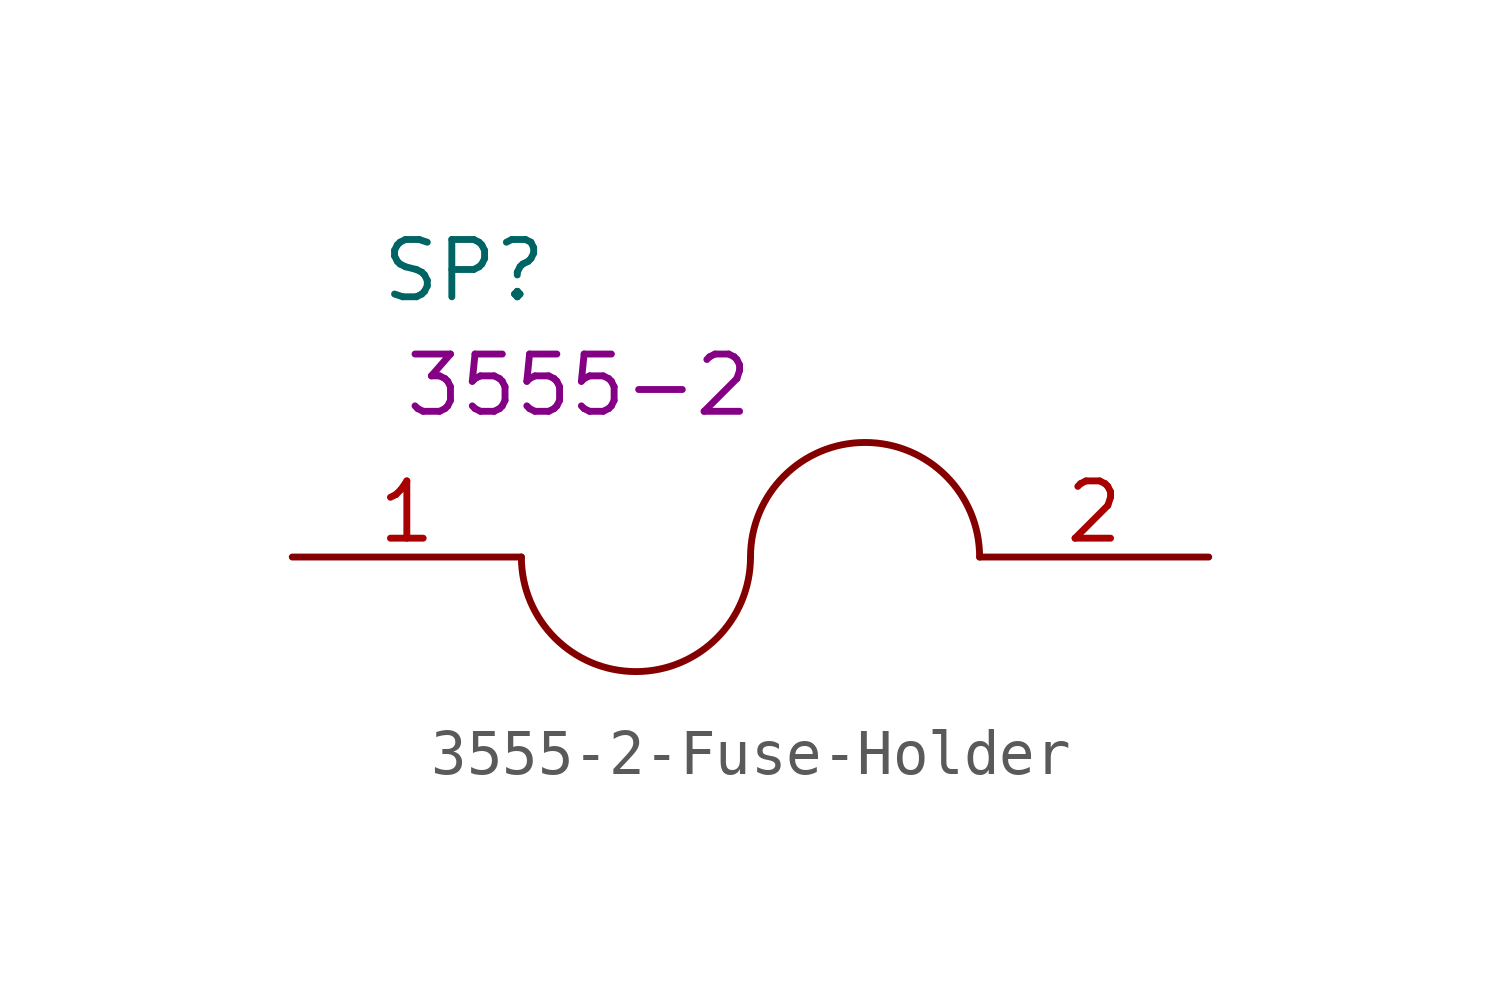
<source format=kicad_sym>
(kicad_symbol_lib
  (version 20241209)
  (generator "kicad_symbol_editor")
  (generator_version "9.0")
  (symbol "3555-2-Fuse-Holder"
    (pin_names
      (offset 1.016))
    (property "Reference" "SP"
      (at -6.35 6.35 0)
      (effects (font (size 1.27 1.27))))
    (property "_Value_" "3555-2"
      (at -3.81 3.81 0)
      (effects (font (size 1.27 1.27))))
    (symbol "3555-2-Fuse-Holder_0_1"
      (arc (start 0 0) (mid -2.54 -2.54) (end -5.08 0) (stroke (width 0) (type solid)) (fill (type none)))
      (arc (start 0 0) (mid 2.54 2.54) (end 5.08 0) (stroke (width 0) (type solid)) (fill (type none))))
    (symbol "3555-2-Fuse-Holder_1_1"
      (pin passive line (at -10.16 0 0) (length 5.08) (name "~" (effects (font (size 1.27 1.27)))) (number "1" (effects (font (size 1.27 1.27)))))
      (pin passive line (at 10.16 0 180) (length 5.08) (name "~" (effects (font (size 1.27 1.27)))) (number "2" (effects (font (size 1.27 1.27))))))))
</source>
